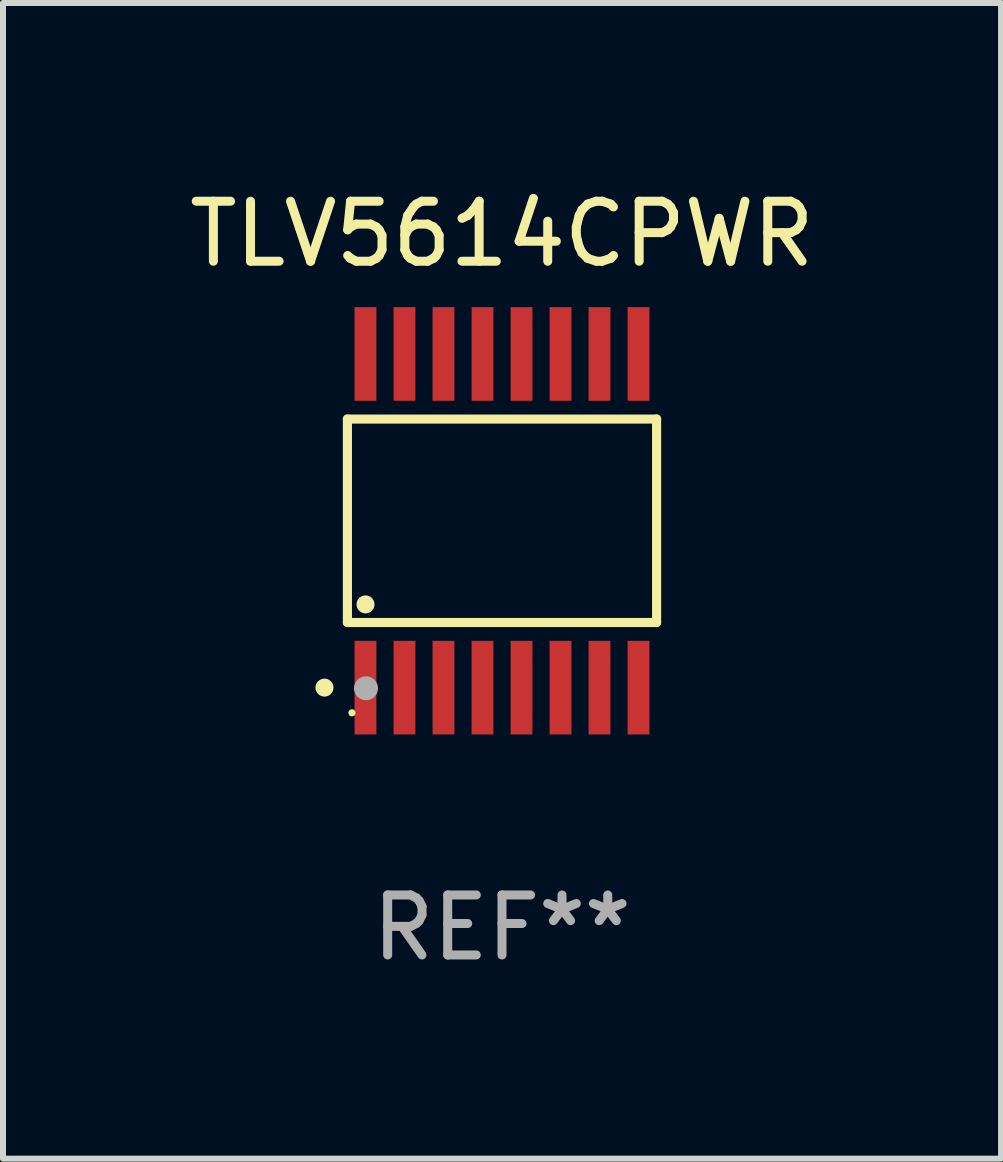
<source format=kicad_pcb>
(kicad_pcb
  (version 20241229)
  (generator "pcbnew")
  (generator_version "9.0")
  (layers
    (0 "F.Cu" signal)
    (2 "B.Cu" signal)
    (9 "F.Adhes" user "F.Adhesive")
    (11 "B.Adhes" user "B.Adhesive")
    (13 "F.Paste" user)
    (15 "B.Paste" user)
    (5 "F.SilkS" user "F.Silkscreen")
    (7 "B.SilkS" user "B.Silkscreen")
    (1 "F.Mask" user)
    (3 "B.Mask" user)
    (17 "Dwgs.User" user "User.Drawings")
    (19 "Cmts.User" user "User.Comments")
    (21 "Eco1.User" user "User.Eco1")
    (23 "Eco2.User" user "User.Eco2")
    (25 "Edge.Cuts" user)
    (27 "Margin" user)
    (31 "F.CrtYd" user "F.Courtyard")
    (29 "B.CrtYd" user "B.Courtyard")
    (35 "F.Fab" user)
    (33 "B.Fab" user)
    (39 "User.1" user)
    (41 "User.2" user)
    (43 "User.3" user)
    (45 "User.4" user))
  (footprint "TLV5614CPWR"
    (layer "F.Cu")
    (at 5.315 5.628)
    (property "Reference" "TLV5614CPWR" (at 0 -4.78 0) (layer "F.SilkS") (effects (font (size 1 1) (thickness 0.15))))
    (attr through_hole)
    (fp_line (start -2.576 -1.695) (end 2.576 -1.695) (stroke (width 0.152) (type solid)) (layer "F.SilkS"))
    (fp_line (start -2.576 1.695) (end -2.576 -1.695) (stroke (width 0.152) (type solid)) (layer "F.SilkS"))
    (fp_line (start 2.576 -1.695) (end 2.576 1.695) (stroke (width 0.152) (type solid)) (layer "F.SilkS"))
    (fp_line (start 2.576 1.695) (end -2.576 1.695) (stroke (width 0.152) (type solid)) (layer "F.SilkS"))
    (fp_circle (center -2.958 2.78) (end -2.883 2.78) (stroke (width 0.15) (type solid)) (fill no) (layer "F.SilkS"))
    (fp_circle (center -2.5 3.2) (end -2.47 3.2) (stroke (width 0.06) (type solid)) (fill no) (layer "F.SilkS"))
    (fp_circle (center -2.274 1.393) (end -2.199 1.393) (stroke (width 0.15) (type solid)) (fill no) (layer "F.SilkS"))
    (fp_circle (center -2.266 2.791) (end -2.166 2.791) (stroke (width 0.2) (type solid)) (fill no) (layer "F.Fab"))
    (fp_text user "REF**" (at 0 6.78 0) (layer "F.Fab") (effects (font (size 1 1) (thickness 0.15))))
    (pad "1" smd rect (at -2.275 2.78) (size 0.364 1.56) (layers "F.Cu" "F.Mask" "F.Paste"))
    (pad "2" smd rect (at -1.625 2.78) (size 0.364 1.56) (layers "F.Cu" "F.Mask" "F.Paste"))
    (pad "3" smd rect (at -0.975 2.78) (size 0.364 1.56) (layers "F.Cu" "F.Mask" "F.Paste"))
    (pad "4" smd rect (at -0.325 2.78) (size 0.364 1.56) (layers "F.Cu" "F.Mask" "F.Paste"))
    (pad "5" smd rect (at 0.325 2.78) (size 0.364 1.56) (layers "F.Cu" "F.Mask" "F.Paste"))
    (pad "6" smd rect (at 0.975 2.78) (size 0.364 1.56) (layers "F.Cu" "F.Mask" "F.Paste"))
    (pad "7" smd rect (at 1.625 2.78) (size 0.364 1.56) (layers "F.Cu" "F.Mask" "F.Paste"))
    (pad "8" smd rect (at 2.275 2.78) (size 0.364 1.56) (layers "F.Cu" "F.Mask" "F.Paste"))
    (pad "9" smd rect (at 2.275 -2.78) (size 0.364 1.56) (layers "F.Cu" "F.Mask" "F.Paste"))
    (pad "10" smd rect (at 1.625 -2.78) (size 0.364 1.56) (layers "F.Cu" "F.Mask" "F.Paste"))
    (pad "11" smd rect (at 0.975 -2.78) (size 0.364 1.56) (layers "F.Cu" "F.Mask" "F.Paste"))
    (pad "12" smd rect (at 0.325 -2.78) (size 0.364 1.56) (layers "F.Cu" "F.Mask" "F.Paste"))
    (pad "13" smd rect (at -0.325 -2.78) (size 0.364 1.56) (layers "F.Cu" "F.Mask" "F.Paste"))
    (pad "14" smd rect (at -0.975 -2.78) (size 0.364 1.56) (layers "F.Cu" "F.Mask" "F.Paste"))
    (pad "15" smd rect (at -1.625 -2.78) (size 0.364 1.56) (layers "F.Cu" "F.Mask" "F.Paste"))
    (pad "16" smd rect (at -2.275 -2.78) (size 0.364 1.56) (layers "F.Cu" "F.Mask" "F.Paste")))
  (gr_rect
    (start -3 -3)
    (end 13.631 16.257)
    (stroke (width 0.1) (type default))
    (fill no)
    (layer "Edge.Cuts")))
</source>
